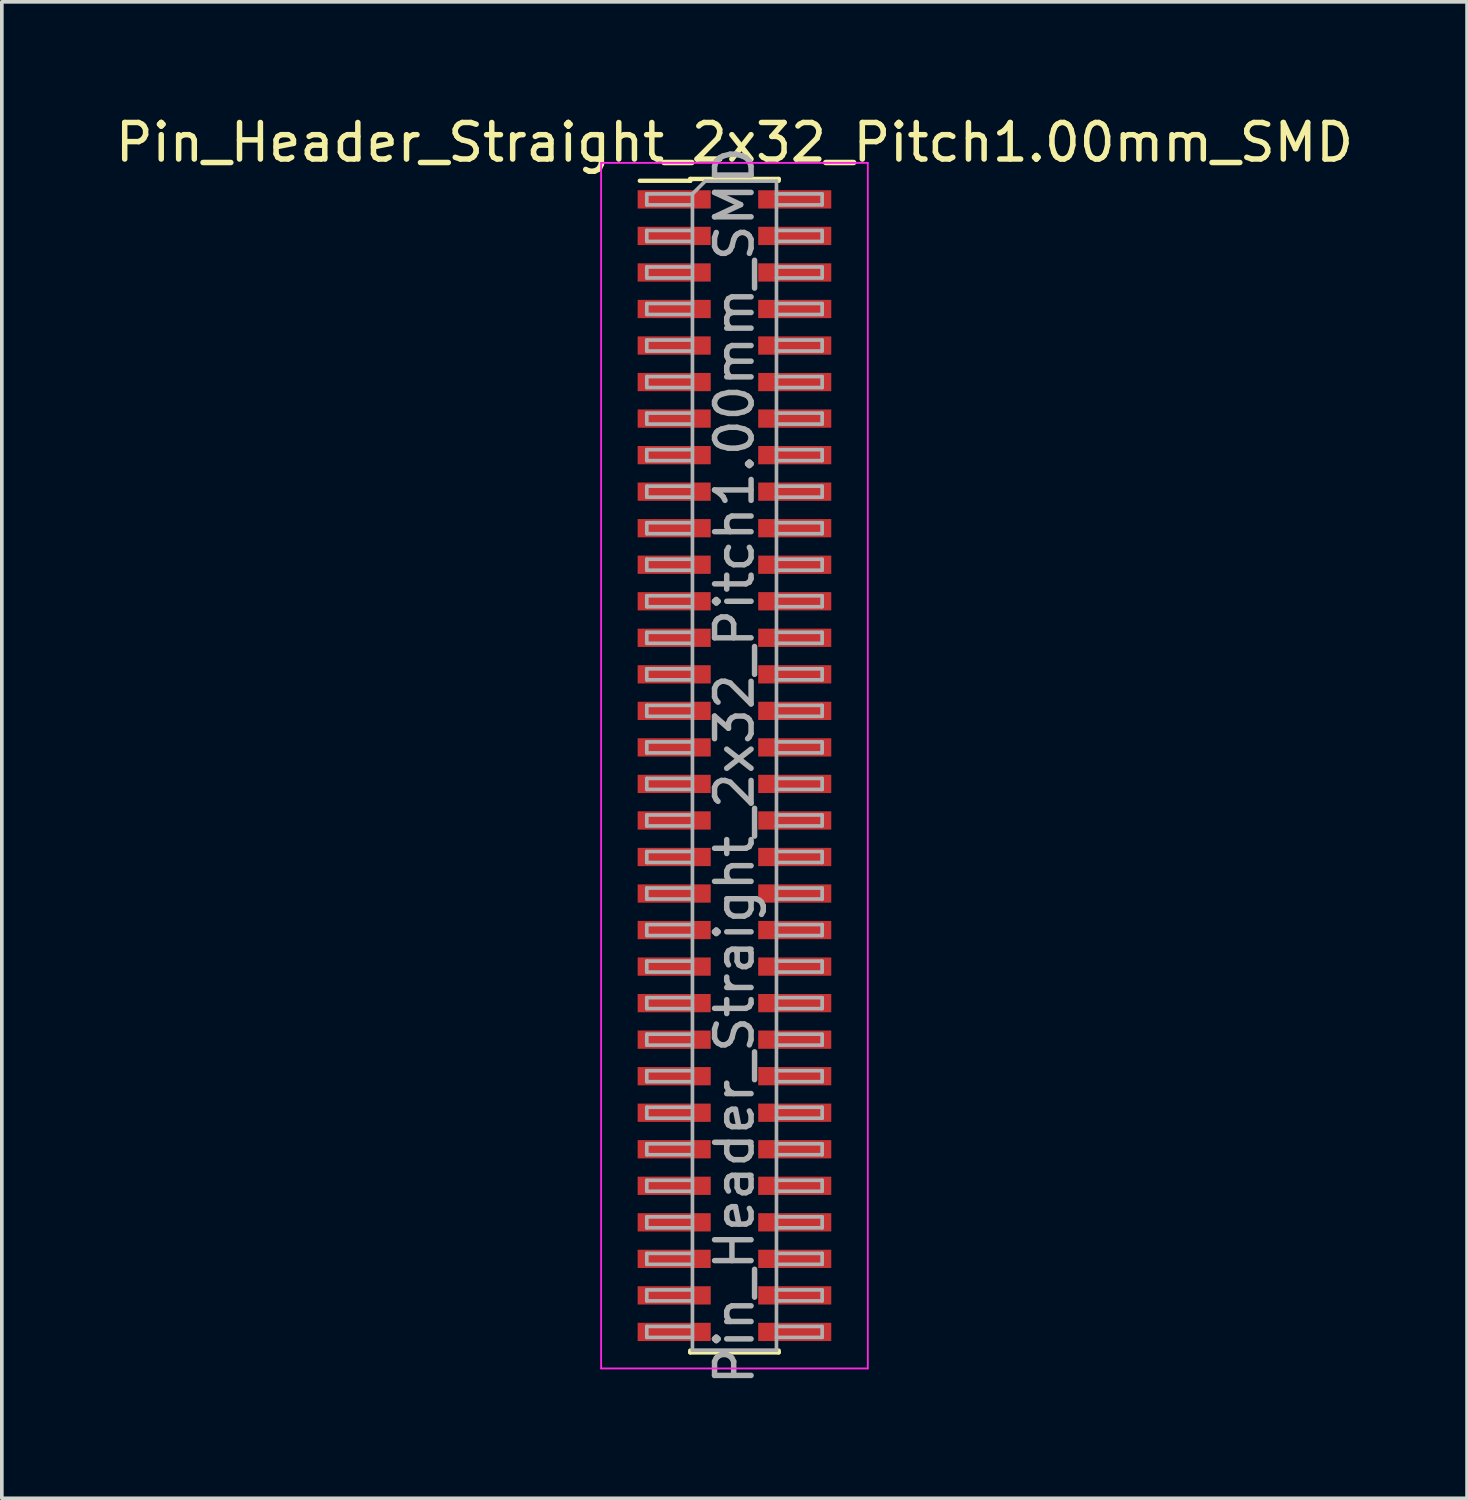
<source format=kicad_pcb>
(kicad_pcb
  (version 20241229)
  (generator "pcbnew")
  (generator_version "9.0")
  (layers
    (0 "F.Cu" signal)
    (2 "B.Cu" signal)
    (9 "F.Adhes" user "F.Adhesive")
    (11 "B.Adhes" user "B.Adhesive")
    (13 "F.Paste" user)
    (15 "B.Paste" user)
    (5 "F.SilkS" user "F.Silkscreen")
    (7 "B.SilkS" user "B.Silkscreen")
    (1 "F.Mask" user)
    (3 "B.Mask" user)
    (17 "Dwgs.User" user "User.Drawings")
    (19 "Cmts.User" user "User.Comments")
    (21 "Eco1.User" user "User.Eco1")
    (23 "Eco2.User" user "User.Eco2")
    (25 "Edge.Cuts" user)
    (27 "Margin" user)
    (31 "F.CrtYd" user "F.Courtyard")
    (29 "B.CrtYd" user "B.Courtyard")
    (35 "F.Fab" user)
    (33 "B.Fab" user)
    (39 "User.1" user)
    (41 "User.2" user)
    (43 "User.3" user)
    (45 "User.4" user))
  (footprint "Pin_Header_Straight_2x32_Pitch1.00mm_SMD"
    (layer "F.Cu")
    (at 17.054 17.908)
    (property "Reference" "Pin_Header_Straight_2x32_Pitch1.00mm_SMD" (at 0 -17.06 0) (layer "F.SilkS") (effects (font (size 1 1) (thickness 0.15))))
    (attr smd)
    (fp_line (start -2.59 -16.01) (end -1.21 -16.01) (stroke (width 0.12) (type solid)) (layer "F.SilkS"))
    (fp_line (start -1.21 -16.06) (end -1.21 -16.01) (stroke (width 0.12) (type solid)) (layer "F.SilkS"))
    (fp_line (start -1.21 -16.06) (end 1.21 -16.06) (stroke (width 0.12) (type solid)) (layer "F.SilkS"))
    (fp_line (start -1.21 16.01) (end -1.21 16.06) (stroke (width 0.12) (type solid)) (layer "F.SilkS"))
    (fp_line (start -1.21 16.06) (end 1.21 16.06) (stroke (width 0.12) (type solid)) (layer "F.SilkS"))
    (fp_line (start 1.21 -16.06) (end 1.21 -16.01) (stroke (width 0.12) (type solid)) (layer "F.SilkS"))
    (fp_line (start 1.21 16.01) (end 1.21 16.06) (stroke (width 0.12) (type solid)) (layer "F.SilkS"))
    (fp_line (start -3.65 -16.5) (end -3.65 16.5) (stroke (width 0.05) (type solid)) (layer "F.CrtYd"))
    (fp_line (start -3.65 16.5) (end 3.65 16.5) (stroke (width 0.05) (type solid)) (layer "F.CrtYd"))
    (fp_line (start 3.65 -16.5) (end -3.65 -16.5) (stroke (width 0.05) (type solid)) (layer "F.CrtYd"))
    (fp_line (start 3.65 16.5) (end 3.65 -16.5) (stroke (width 0.05) (type solid)) (layer "F.CrtYd"))
    (fp_line (start -2.4 -15.65) (end -2.4 -15.35) (stroke (width 0.1) (type solid)) (layer "F.Fab"))
    (fp_line (start -2.4 -15.35) (end -1.15 -15.35) (stroke (width 0.1) (type solid)) (layer "F.Fab"))
    (fp_line (start -2.4 -14.65) (end -2.4 -14.35) (stroke (width 0.1) (type solid)) (layer "F.Fab"))
    (fp_line (start -2.4 -14.35) (end -1.15 -14.35) (stroke (width 0.1) (type solid)) (layer "F.Fab"))
    (fp_line (start -2.4 -13.65) (end -2.4 -13.35) (stroke (width 0.1) (type solid)) (layer "F.Fab"))
    (fp_line (start -2.4 -13.35) (end -1.15 -13.35) (stroke (width 0.1) (type solid)) (layer "F.Fab"))
    (fp_line (start -2.4 -12.65) (end -2.4 -12.35) (stroke (width 0.1) (type solid)) (layer "F.Fab"))
    (fp_line (start -2.4 -12.35) (end -1.15 -12.35) (stroke (width 0.1) (type solid)) (layer "F.Fab"))
    (fp_line (start -2.4 -11.65) (end -2.4 -11.35) (stroke (width 0.1) (type solid)) (layer "F.Fab"))
    (fp_line (start -2.4 -11.35) (end -1.15 -11.35) (stroke (width 0.1) (type solid)) (layer "F.Fab"))
    (fp_line (start -2.4 -10.65) (end -2.4 -10.35) (stroke (width 0.1) (type solid)) (layer "F.Fab"))
    (fp_line (start -2.4 -10.35) (end -1.15 -10.35) (stroke (width 0.1) (type solid)) (layer "F.Fab"))
    (fp_line (start -2.4 -9.65) (end -2.4 -9.35) (stroke (width 0.1) (type solid)) (layer "F.Fab"))
    (fp_line (start -2.4 -9.35) (end -1.15 -9.35) (stroke (width 0.1) (type solid)) (layer "F.Fab"))
    (fp_line (start -2.4 -8.65) (end -2.4 -8.35) (stroke (width 0.1) (type solid)) (layer "F.Fab"))
    (fp_line (start -2.4 -8.35) (end -1.15 -8.35) (stroke (width 0.1) (type solid)) (layer "F.Fab"))
    (fp_line (start -2.4 -7.65) (end -2.4 -7.35) (stroke (width 0.1) (type solid)) (layer "F.Fab"))
    (fp_line (start -2.4 -7.35) (end -1.15 -7.35) (stroke (width 0.1) (type solid)) (layer "F.Fab"))
    (fp_line (start -2.4 -6.65) (end -2.4 -6.35) (stroke (width 0.1) (type solid)) (layer "F.Fab"))
    (fp_line (start -2.4 -6.35) (end -1.15 -6.35) (stroke (width 0.1) (type solid)) (layer "F.Fab"))
    (fp_line (start -2.4 -5.65) (end -2.4 -5.35) (stroke (width 0.1) (type solid)) (layer "F.Fab"))
    (fp_line (start -2.4 -5.35) (end -1.15 -5.35) (stroke (width 0.1) (type solid)) (layer "F.Fab"))
    (fp_line (start -2.4 -4.65) (end -2.4 -4.35) (stroke (width 0.1) (type solid)) (layer "F.Fab"))
    (fp_line (start -2.4 -4.35) (end -1.15 -4.35) (stroke (width 0.1) (type solid)) (layer "F.Fab"))
    (fp_line (start -2.4 -3.65) (end -2.4 -3.35) (stroke (width 0.1) (type solid)) (layer "F.Fab"))
    (fp_line (start -2.4 -3.35) (end -1.15 -3.35) (stroke (width 0.1) (type solid)) (layer "F.Fab"))
    (fp_line (start -2.4 -2.65) (end -2.4 -2.35) (stroke (width 0.1) (type solid)) (layer "F.Fab"))
    (fp_line (start -2.4 -2.35) (end -1.15 -2.35) (stroke (width 0.1) (type solid)) (layer "F.Fab"))
    (fp_line (start -2.4 -1.65) (end -2.4 -1.35) (stroke (width 0.1) (type solid)) (layer "F.Fab"))
    (fp_line (start -2.4 -1.35) (end -1.15 -1.35) (stroke (width 0.1) (type solid)) (layer "F.Fab"))
    (fp_line (start -2.4 -0.65) (end -2.4 -0.35) (stroke (width 0.1) (type solid)) (layer "F.Fab"))
    (fp_line (start -2.4 -0.35) (end -1.15 -0.35) (stroke (width 0.1) (type solid)) (layer "F.Fab"))
    (fp_line (start -2.4 0.35) (end -2.4 0.65) (stroke (width 0.1) (type solid)) (layer "F.Fab"))
    (fp_line (start -2.4 0.65) (end -1.15 0.65) (stroke (width 0.1) (type solid)) (layer "F.Fab"))
    (fp_line (start -2.4 1.35) (end -2.4 1.65) (stroke (width 0.1) (type solid)) (layer "F.Fab"))
    (fp_line (start -2.4 1.65) (end -1.15 1.65) (stroke (width 0.1) (type solid)) (layer "F.Fab"))
    (fp_line (start -2.4 2.35) (end -2.4 2.65) (stroke (width 0.1) (type solid)) (layer "F.Fab"))
    (fp_line (start -2.4 2.65) (end -1.15 2.65) (stroke (width 0.1) (type solid)) (layer "F.Fab"))
    (fp_line (start -2.4 3.35) (end -2.4 3.65) (stroke (width 0.1) (type solid)) (layer "F.Fab"))
    (fp_line (start -2.4 3.65) (end -1.15 3.65) (stroke (width 0.1) (type solid)) (layer "F.Fab"))
    (fp_line (start -2.4 4.35) (end -2.4 4.65) (stroke (width 0.1) (type solid)) (layer "F.Fab"))
    (fp_line (start -2.4 4.65) (end -1.15 4.65) (stroke (width 0.1) (type solid)) (layer "F.Fab"))
    (fp_line (start -2.4 5.35) (end -2.4 5.65) (stroke (width 0.1) (type solid)) (layer "F.Fab"))
    (fp_line (start -2.4 5.65) (end -1.15 5.65) (stroke (width 0.1) (type solid)) (layer "F.Fab"))
    (fp_line (start -2.4 6.35) (end -2.4 6.65) (stroke (width 0.1) (type solid)) (layer "F.Fab"))
    (fp_line (start -2.4 6.65) (end -1.15 6.65) (stroke (width 0.1) (type solid)) (layer "F.Fab"))
    (fp_line (start -2.4 7.35) (end -2.4 7.65) (stroke (width 0.1) (type solid)) (layer "F.Fab"))
    (fp_line (start -2.4 7.65) (end -1.15 7.65) (stroke (width 0.1) (type solid)) (layer "F.Fab"))
    (fp_line (start -2.4 8.35) (end -2.4 8.65) (stroke (width 0.1) (type solid)) (layer "F.Fab"))
    (fp_line (start -2.4 8.65) (end -1.15 8.65) (stroke (width 0.1) (type solid)) (layer "F.Fab"))
    (fp_line (start -2.4 9.35) (end -2.4 9.65) (stroke (width 0.1) (type solid)) (layer "F.Fab"))
    (fp_line (start -2.4 9.65) (end -1.15 9.65) (stroke (width 0.1) (type solid)) (layer "F.Fab"))
    (fp_line (start -2.4 10.35) (end -2.4 10.65) (stroke (width 0.1) (type solid)) (layer "F.Fab"))
    (fp_line (start -2.4 10.65) (end -1.15 10.65) (stroke (width 0.1) (type solid)) (layer "F.Fab"))
    (fp_line (start -2.4 11.35) (end -2.4 11.65) (stroke (width 0.1) (type solid)) (layer "F.Fab"))
    (fp_line (start -2.4 11.65) (end -1.15 11.65) (stroke (width 0.1) (type solid)) (layer "F.Fab"))
    (fp_line (start -2.4 12.35) (end -2.4 12.65) (stroke (width 0.1) (type solid)) (layer "F.Fab"))
    (fp_line (start -2.4 12.65) (end -1.15 12.65) (stroke (width 0.1) (type solid)) (layer "F.Fab"))
    (fp_line (start -2.4 13.35) (end -2.4 13.65) (stroke (width 0.1) (type solid)) (layer "F.Fab"))
    (fp_line (start -2.4 13.65) (end -1.15 13.65) (stroke (width 0.1) (type solid)) (layer "F.Fab"))
    (fp_line (start -2.4 14.35) (end -2.4 14.65) (stroke (width 0.1) (type solid)) (layer "F.Fab"))
    (fp_line (start -2.4 14.65) (end -1.15 14.65) (stroke (width 0.1) (type solid)) (layer "F.Fab"))
    (fp_line (start -2.4 15.35) (end -2.4 15.65) (stroke (width 0.1) (type solid)) (layer "F.Fab"))
    (fp_line (start -2.4 15.65) (end -1.15 15.65) (stroke (width 0.1) (type solid)) (layer "F.Fab"))
    (fp_line (start -1.15 -15.65) (end -2.4 -15.65) (stroke (width 0.1) (type solid)) (layer "F.Fab"))
    (fp_line (start -1.15 -15.65) (end -0.8 -16) (stroke (width 0.1) (type solid)) (layer "F.Fab"))
    (fp_line (start -1.15 -14.65) (end -2.4 -14.65) (stroke (width 0.1) (type solid)) (layer "F.Fab"))
    (fp_line (start -1.15 -13.65) (end -2.4 -13.65) (stroke (width 0.1) (type solid)) (layer "F.Fab"))
    (fp_line (start -1.15 -12.65) (end -2.4 -12.65) (stroke (width 0.1) (type solid)) (layer "F.Fab"))
    (fp_line (start -1.15 -11.65) (end -2.4 -11.65) (stroke (width 0.1) (type solid)) (layer "F.Fab"))
    (fp_line (start -1.15 -10.65) (end -2.4 -10.65) (stroke (width 0.1) (type solid)) (layer "F.Fab"))
    (fp_line (start -1.15 -9.65) (end -2.4 -9.65) (stroke (width 0.1) (type solid)) (layer "F.Fab"))
    (fp_line (start -1.15 -8.65) (end -2.4 -8.65) (stroke (width 0.1) (type solid)) (layer "F.Fab"))
    (fp_line (start -1.15 -7.65) (end -2.4 -7.65) (stroke (width 0.1) (type solid)) (layer "F.Fab"))
    (fp_line (start -1.15 -6.65) (end -2.4 -6.65) (stroke (width 0.1) (type solid)) (layer "F.Fab"))
    (fp_line (start -1.15 -5.65) (end -2.4 -5.65) (stroke (width 0.1) (type solid)) (layer "F.Fab"))
    (fp_line (start -1.15 -4.65) (end -2.4 -4.65) (stroke (width 0.1) (type solid)) (layer "F.Fab"))
    (fp_line (start -1.15 -3.65) (end -2.4 -3.65) (stroke (width 0.1) (type solid)) (layer "F.Fab"))
    (fp_line (start -1.15 -2.65) (end -2.4 -2.65) (stroke (width 0.1) (type solid)) (layer "F.Fab"))
    (fp_line (start -1.15 -1.65) (end -2.4 -1.65) (stroke (width 0.1) (type solid)) (layer "F.Fab"))
    (fp_line (start -1.15 -0.65) (end -2.4 -0.65) (stroke (width 0.1) (type solid)) (layer "F.Fab"))
    (fp_line (start -1.15 0.35) (end -2.4 0.35) (stroke (width 0.1) (type solid)) (layer "F.Fab"))
    (fp_line (start -1.15 1.35) (end -2.4 1.35) (stroke (width 0.1) (type solid)) (layer "F.Fab"))
    (fp_line (start -1.15 2.35) (end -2.4 2.35) (stroke (width 0.1) (type solid)) (layer "F.Fab"))
    (fp_line (start -1.15 3.35) (end -2.4 3.35) (stroke (width 0.1) (type solid)) (layer "F.Fab"))
    (fp_line (start -1.15 4.35) (end -2.4 4.35) (stroke (width 0.1) (type solid)) (layer "F.Fab"))
    (fp_line (start -1.15 5.35) (end -2.4 5.35) (stroke (width 0.1) (type solid)) (layer "F.Fab"))
    (fp_line (start -1.15 6.35) (end -2.4 6.35) (stroke (width 0.1) (type solid)) (layer "F.Fab"))
    (fp_line (start -1.15 7.35) (end -2.4 7.35) (stroke (width 0.1) (type solid)) (layer "F.Fab"))
    (fp_line (start -1.15 8.35) (end -2.4 8.35) (stroke (width 0.1) (type solid)) (layer "F.Fab"))
    (fp_line (start -1.15 9.35) (end -2.4 9.35) (stroke (width 0.1) (type solid)) (layer "F.Fab"))
    (fp_line (start -1.15 10.35) (end -2.4 10.35) (stroke (width 0.1) (type solid)) (layer "F.Fab"))
    (fp_line (start -1.15 11.35) (end -2.4 11.35) (stroke (width 0.1) (type solid)) (layer "F.Fab"))
    (fp_line (start -1.15 12.35) (end -2.4 12.35) (stroke (width 0.1) (type solid)) (layer "F.Fab"))
    (fp_line (start -1.15 13.35) (end -2.4 13.35) (stroke (width 0.1) (type solid)) (layer "F.Fab"))
    (fp_line (start -1.15 14.35) (end -2.4 14.35) (stroke (width 0.1) (type solid)) (layer "F.Fab"))
    (fp_line (start -1.15 15.35) (end -2.4 15.35) (stroke (width 0.1) (type solid)) (layer "F.Fab"))
    (fp_line (start -1.15 16) (end -1.15 -15.65) (stroke (width 0.1) (type solid)) (layer "F.Fab"))
    (fp_line (start -0.8 -16) (end 1.15 -16) (stroke (width 0.1) (type solid)) (layer "F.Fab"))
    (fp_line (start 1.15 -16) (end 1.15 16) (stroke (width 0.1) (type solid)) (layer "F.Fab"))
    (fp_line (start 1.15 -15.65) (end 2.4 -15.65) (stroke (width 0.1) (type solid)) (layer "F.Fab"))
    (fp_line (start 1.15 -14.65) (end 2.4 -14.65) (stroke (width 0.1) (type solid)) (layer "F.Fab"))
    (fp_line (start 1.15 -13.65) (end 2.4 -13.65) (stroke (width 0.1) (type solid)) (layer "F.Fab"))
    (fp_line (start 1.15 -12.65) (end 2.4 -12.65) (stroke (width 0.1) (type solid)) (layer "F.Fab"))
    (fp_line (start 1.15 -11.65) (end 2.4 -11.65) (stroke (width 0.1) (type solid)) (layer "F.Fab"))
    (fp_line (start 1.15 -10.65) (end 2.4 -10.65) (stroke (width 0.1) (type solid)) (layer "F.Fab"))
    (fp_line (start 1.15 -9.65) (end 2.4 -9.65) (stroke (width 0.1) (type solid)) (layer "F.Fab"))
    (fp_line (start 1.15 -8.65) (end 2.4 -8.65) (stroke (width 0.1) (type solid)) (layer "F.Fab"))
    (fp_line (start 1.15 -7.65) (end 2.4 -7.65) (stroke (width 0.1) (type solid)) (layer "F.Fab"))
    (fp_line (start 1.15 -6.65) (end 2.4 -6.65) (stroke (width 0.1) (type solid)) (layer "F.Fab"))
    (fp_line (start 1.15 -5.65) (end 2.4 -5.65) (stroke (width 0.1) (type solid)) (layer "F.Fab"))
    (fp_line (start 1.15 -4.65) (end 2.4 -4.65) (stroke (width 0.1) (type solid)) (layer "F.Fab"))
    (fp_line (start 1.15 -3.65) (end 2.4 -3.65) (stroke (width 0.1) (type solid)) (layer "F.Fab"))
    (fp_line (start 1.15 -2.65) (end 2.4 -2.65) (stroke (width 0.1) (type solid)) (layer "F.Fab"))
    (fp_line (start 1.15 -1.65) (end 2.4 -1.65) (stroke (width 0.1) (type solid)) (layer "F.Fab"))
    (fp_line (start 1.15 -0.65) (end 2.4 -0.65) (stroke (width 0.1) (type solid)) (layer "F.Fab"))
    (fp_line (start 1.15 0.35) (end 2.4 0.35) (stroke (width 0.1) (type solid)) (layer "F.Fab"))
    (fp_line (start 1.15 1.35) (end 2.4 1.35) (stroke (width 0.1) (type solid)) (layer "F.Fab"))
    (fp_line (start 1.15 2.35) (end 2.4 2.35) (stroke (width 0.1) (type solid)) (layer "F.Fab"))
    (fp_line (start 1.15 3.35) (end 2.4 3.35) (stroke (width 0.1) (type solid)) (layer "F.Fab"))
    (fp_line (start 1.15 4.35) (end 2.4 4.35) (stroke (width 0.1) (type solid)) (layer "F.Fab"))
    (fp_line (start 1.15 5.35) (end 2.4 5.35) (stroke (width 0.1) (type solid)) (layer "F.Fab"))
    (fp_line (start 1.15 6.35) (end 2.4 6.35) (stroke (width 0.1) (type solid)) (layer "F.Fab"))
    (fp_line (start 1.15 7.35) (end 2.4 7.35) (stroke (width 0.1) (type solid)) (layer "F.Fab"))
    (fp_line (start 1.15 8.35) (end 2.4 8.35) (stroke (width 0.1) (type solid)) (layer "F.Fab"))
    (fp_line (start 1.15 9.35) (end 2.4 9.35) (stroke (width 0.1) (type solid)) (layer "F.Fab"))
    (fp_line (start 1.15 10.35) (end 2.4 10.35) (stroke (width 0.1) (type solid)) (layer "F.Fab"))
    (fp_line (start 1.15 11.35) (end 2.4 11.35) (stroke (width 0.1) (type solid)) (layer "F.Fab"))
    (fp_line (start 1.15 12.35) (end 2.4 12.35) (stroke (width 0.1) (type solid)) (layer "F.Fab"))
    (fp_line (start 1.15 13.35) (end 2.4 13.35) (stroke (width 0.1) (type solid)) (layer "F.Fab"))
    (fp_line (start 1.15 14.35) (end 2.4 14.35) (stroke (width 0.1) (type solid)) (layer "F.Fab"))
    (fp_line (start 1.15 15.35) (end 2.4 15.35) (stroke (width 0.1) (type solid)) (layer "F.Fab"))
    (fp_line (start 1.15 16) (end -1.15 16) (stroke (width 0.1) (type solid)) (layer "F.Fab"))
    (fp_line (start 2.4 -15.65) (end 2.4 -15.35) (stroke (width 0.1) (type solid)) (layer "F.Fab"))
    (fp_line (start 2.4 -15.35) (end 1.15 -15.35) (stroke (width 0.1) (type solid)) (layer "F.Fab"))
    (fp_line (start 2.4 -14.65) (end 2.4 -14.35) (stroke (width 0.1) (type solid)) (layer "F.Fab"))
    (fp_line (start 2.4 -14.35) (end 1.15 -14.35) (stroke (width 0.1) (type solid)) (layer "F.Fab"))
    (fp_line (start 2.4 -13.65) (end 2.4 -13.35) (stroke (width 0.1) (type solid)) (layer "F.Fab"))
    (fp_line (start 2.4 -13.35) (end 1.15 -13.35) (stroke (width 0.1) (type solid)) (layer "F.Fab"))
    (fp_line (start 2.4 -12.65) (end 2.4 -12.35) (stroke (width 0.1) (type solid)) (layer "F.Fab"))
    (fp_line (start 2.4 -12.35) (end 1.15 -12.35) (stroke (width 0.1) (type solid)) (layer "F.Fab"))
    (fp_line (start 2.4 -11.65) (end 2.4 -11.35) (stroke (width 0.1) (type solid)) (layer "F.Fab"))
    (fp_line (start 2.4 -11.35) (end 1.15 -11.35) (stroke (width 0.1) (type solid)) (layer "F.Fab"))
    (fp_line (start 2.4 -10.65) (end 2.4 -10.35) (stroke (width 0.1) (type solid)) (layer "F.Fab"))
    (fp_line (start 2.4 -10.35) (end 1.15 -10.35) (stroke (width 0.1) (type solid)) (layer "F.Fab"))
    (fp_line (start 2.4 -9.65) (end 2.4 -9.35) (stroke (width 0.1) (type solid)) (layer "F.Fab"))
    (fp_line (start 2.4 -9.35) (end 1.15 -9.35) (stroke (width 0.1) (type solid)) (layer "F.Fab"))
    (fp_line (start 2.4 -8.65) (end 2.4 -8.35) (stroke (width 0.1) (type solid)) (layer "F.Fab"))
    (fp_line (start 2.4 -8.35) (end 1.15 -8.35) (stroke (width 0.1) (type solid)) (layer "F.Fab"))
    (fp_line (start 2.4 -7.65) (end 2.4 -7.35) (stroke (width 0.1) (type solid)) (layer "F.Fab"))
    (fp_line (start 2.4 -7.35) (end 1.15 -7.35) (stroke (width 0.1) (type solid)) (layer "F.Fab"))
    (fp_line (start 2.4 -6.65) (end 2.4 -6.35) (stroke (width 0.1) (type solid)) (layer "F.Fab"))
    (fp_line (start 2.4 -6.35) (end 1.15 -6.35) (stroke (width 0.1) (type solid)) (layer "F.Fab"))
    (fp_line (start 2.4 -5.65) (end 2.4 -5.35) (stroke (width 0.1) (type solid)) (layer "F.Fab"))
    (fp_line (start 2.4 -5.35) (end 1.15 -5.35) (stroke (width 0.1) (type solid)) (layer "F.Fab"))
    (fp_line (start 2.4 -4.65) (end 2.4 -4.35) (stroke (width 0.1) (type solid)) (layer "F.Fab"))
    (fp_line (start 2.4 -4.35) (end 1.15 -4.35) (stroke (width 0.1) (type solid)) (layer "F.Fab"))
    (fp_line (start 2.4 -3.65) (end 2.4 -3.35) (stroke (width 0.1) (type solid)) (layer "F.Fab"))
    (fp_line (start 2.4 -3.35) (end 1.15 -3.35) (stroke (width 0.1) (type solid)) (layer "F.Fab"))
    (fp_line (start 2.4 -2.65) (end 2.4 -2.35) (stroke (width 0.1) (type solid)) (layer "F.Fab"))
    (fp_line (start 2.4 -2.35) (end 1.15 -2.35) (stroke (width 0.1) (type solid)) (layer "F.Fab"))
    (fp_line (start 2.4 -1.65) (end 2.4 -1.35) (stroke (width 0.1) (type solid)) (layer "F.Fab"))
    (fp_line (start 2.4 -1.35) (end 1.15 -1.35) (stroke (width 0.1) (type solid)) (layer "F.Fab"))
    (fp_line (start 2.4 -0.65) (end 2.4 -0.35) (stroke (width 0.1) (type solid)) (layer "F.Fab"))
    (fp_line (start 2.4 -0.35) (end 1.15 -0.35) (stroke (width 0.1) (type solid)) (layer "F.Fab"))
    (fp_line (start 2.4 0.35) (end 2.4 0.65) (stroke (width 0.1) (type solid)) (layer "F.Fab"))
    (fp_line (start 2.4 0.65) (end 1.15 0.65) (stroke (width 0.1) (type solid)) (layer "F.Fab"))
    (fp_line (start 2.4 1.35) (end 2.4 1.65) (stroke (width 0.1) (type solid)) (layer "F.Fab"))
    (fp_line (start 2.4 1.65) (end 1.15 1.65) (stroke (width 0.1) (type solid)) (layer "F.Fab"))
    (fp_line (start 2.4 2.35) (end 2.4 2.65) (stroke (width 0.1) (type solid)) (layer "F.Fab"))
    (fp_line (start 2.4 2.65) (end 1.15 2.65) (stroke (width 0.1) (type solid)) (layer "F.Fab"))
    (fp_line (start 2.4 3.35) (end 2.4 3.65) (stroke (width 0.1) (type solid)) (layer "F.Fab"))
    (fp_line (start 2.4 3.65) (end 1.15 3.65) (stroke (width 0.1) (type solid)) (layer "F.Fab"))
    (fp_line (start 2.4 4.35) (end 2.4 4.65) (stroke (width 0.1) (type solid)) (layer "F.Fab"))
    (fp_line (start 2.4 4.65) (end 1.15 4.65) (stroke (width 0.1) (type solid)) (layer "F.Fab"))
    (fp_line (start 2.4 5.35) (end 2.4 5.65) (stroke (width 0.1) (type solid)) (layer "F.Fab"))
    (fp_line (start 2.4 5.65) (end 1.15 5.65) (stroke (width 0.1) (type solid)) (layer "F.Fab"))
    (fp_line (start 2.4 6.35) (end 2.4 6.65) (stroke (width 0.1) (type solid)) (layer "F.Fab"))
    (fp_line (start 2.4 6.65) (end 1.15 6.65) (stroke (width 0.1) (type solid)) (layer "F.Fab"))
    (fp_line (start 2.4 7.35) (end 2.4 7.65) (stroke (width 0.1) (type solid)) (layer "F.Fab"))
    (fp_line (start 2.4 7.65) (end 1.15 7.65) (stroke (width 0.1) (type solid)) (layer "F.Fab"))
    (fp_line (start 2.4 8.35) (end 2.4 8.65) (stroke (width 0.1) (type solid)) (layer "F.Fab"))
    (fp_line (start 2.4 8.65) (end 1.15 8.65) (stroke (width 0.1) (type solid)) (layer "F.Fab"))
    (fp_line (start 2.4 9.35) (end 2.4 9.65) (stroke (width 0.1) (type solid)) (layer "F.Fab"))
    (fp_line (start 2.4 9.65) (end 1.15 9.65) (stroke (width 0.1) (type solid)) (layer "F.Fab"))
    (fp_line (start 2.4 10.35) (end 2.4 10.65) (stroke (width 0.1) (type solid)) (layer "F.Fab"))
    (fp_line (start 2.4 10.65) (end 1.15 10.65) (stroke (width 0.1) (type solid)) (layer "F.Fab"))
    (fp_line (start 2.4 11.35) (end 2.4 11.65) (stroke (width 0.1) (type solid)) (layer "F.Fab"))
    (fp_line (start 2.4 11.65) (end 1.15 11.65) (stroke (width 0.1) (type solid)) (layer "F.Fab"))
    (fp_line (start 2.4 12.35) (end 2.4 12.65) (stroke (width 0.1) (type solid)) (layer "F.Fab"))
    (fp_line (start 2.4 12.65) (end 1.15 12.65) (stroke (width 0.1) (type solid)) (layer "F.Fab"))
    (fp_line (start 2.4 13.35) (end 2.4 13.65) (stroke (width 0.1) (type solid)) (layer "F.Fab"))
    (fp_line (start 2.4 13.65) (end 1.15 13.65) (stroke (width 0.1) (type solid)) (layer "F.Fab"))
    (fp_line (start 2.4 14.35) (end 2.4 14.65) (stroke (width 0.1) (type solid)) (layer "F.Fab"))
    (fp_line (start 2.4 14.65) (end 1.15 14.65) (stroke (width 0.1) (type solid)) (layer "F.Fab"))
    (fp_line (start 2.4 15.35) (end 2.4 15.65) (stroke (width 0.1) (type solid)) (layer "F.Fab"))
    (fp_line (start 2.4 15.65) (end 1.15 15.65) (stroke (width 0.1) (type solid)) (layer "F.Fab"))
    (fp_text user "${REFERENCE}" (at 0 0 90) (layer "F.Fab") (effects (font (size 1 1) (thickness 0.15))))
    (pad "1" smd rect (at -1.65 -15.5) (size 2 0.5) (layers "F.Cu" "F.Mask" "F.Paste"))
    (pad "2" smd rect (at 1.65 -15.5) (size 2 0.5) (layers "F.Cu" "F.Mask" "F.Paste"))
    (pad "3" smd rect (at -1.65 -14.5) (size 2 0.5) (layers "F.Cu" "F.Mask" "F.Paste"))
    (pad "4" smd rect (at 1.65 -14.5) (size 2 0.5) (layers "F.Cu" "F.Mask" "F.Paste"))
    (pad "5" smd rect (at -1.65 -13.5) (size 2 0.5) (layers "F.Cu" "F.Mask" "F.Paste"))
    (pad "6" smd rect (at 1.65 -13.5) (size 2 0.5) (layers "F.Cu" "F.Mask" "F.Paste"))
    (pad "7" smd rect (at -1.65 -12.5) (size 2 0.5) (layers "F.Cu" "F.Mask" "F.Paste"))
    (pad "8" smd rect (at 1.65 -12.5) (size 2 0.5) (layers "F.Cu" "F.Mask" "F.Paste"))
    (pad "9" smd rect (at -1.65 -11.5) (size 2 0.5) (layers "F.Cu" "F.Mask" "F.Paste"))
    (pad "10" smd rect (at 1.65 -11.5) (size 2 0.5) (layers "F.Cu" "F.Mask" "F.Paste"))
    (pad "11" smd rect (at -1.65 -10.5) (size 2 0.5) (layers "F.Cu" "F.Mask" "F.Paste"))
    (pad "12" smd rect (at 1.65 -10.5) (size 2 0.5) (layers "F.Cu" "F.Mask" "F.Paste"))
    (pad "13" smd rect (at -1.65 -9.5) (size 2 0.5) (layers "F.Cu" "F.Mask" "F.Paste"))
    (pad "14" smd rect (at 1.65 -9.5) (size 2 0.5) (layers "F.Cu" "F.Mask" "F.Paste"))
    (pad "15" smd rect (at -1.65 -8.5) (size 2 0.5) (layers "F.Cu" "F.Mask" "F.Paste"))
    (pad "16" smd rect (at 1.65 -8.5) (size 2 0.5) (layers "F.Cu" "F.Mask" "F.Paste"))
    (pad "17" smd rect (at -1.65 -7.5) (size 2 0.5) (layers "F.Cu" "F.Mask" "F.Paste"))
    (pad "18" smd rect (at 1.65 -7.5) (size 2 0.5) (layers "F.Cu" "F.Mask" "F.Paste"))
    (pad "19" smd rect (at -1.65 -6.5) (size 2 0.5) (layers "F.Cu" "F.Mask" "F.Paste"))
    (pad "20" smd rect (at 1.65 -6.5) (size 2 0.5) (layers "F.Cu" "F.Mask" "F.Paste"))
    (pad "21" smd rect (at -1.65 -5.5) (size 2 0.5) (layers "F.Cu" "F.Mask" "F.Paste"))
    (pad "22" smd rect (at 1.65 -5.5) (size 2 0.5) (layers "F.Cu" "F.Mask" "F.Paste"))
    (pad "23" smd rect (at -1.65 -4.5) (size 2 0.5) (layers "F.Cu" "F.Mask" "F.Paste"))
    (pad "24" smd rect (at 1.65 -4.5) (size 2 0.5) (layers "F.Cu" "F.Mask" "F.Paste"))
    (pad "25" smd rect (at -1.65 -3.5) (size 2 0.5) (layers "F.Cu" "F.Mask" "F.Paste"))
    (pad "26" smd rect (at 1.65 -3.5) (size 2 0.5) (layers "F.Cu" "F.Mask" "F.Paste"))
    (pad "27" smd rect (at -1.65 -2.5) (size 2 0.5) (layers "F.Cu" "F.Mask" "F.Paste"))
    (pad "28" smd rect (at 1.65 -2.5) (size 2 0.5) (layers "F.Cu" "F.Mask" "F.Paste"))
    (pad "29" smd rect (at -1.65 -1.5) (size 2 0.5) (layers "F.Cu" "F.Mask" "F.Paste"))
    (pad "30" smd rect (at 1.65 -1.5) (size 2 0.5) (layers "F.Cu" "F.Mask" "F.Paste"))
    (pad "31" smd rect (at -1.65 -0.5) (size 2 0.5) (layers "F.Cu" "F.Mask" "F.Paste"))
    (pad "32" smd rect (at 1.65 -0.5) (size 2 0.5) (layers "F.Cu" "F.Mask" "F.Paste"))
    (pad "33" smd rect (at -1.65 0.5) (size 2 0.5) (layers "F.Cu" "F.Mask" "F.Paste"))
    (pad "34" smd rect (at 1.65 0.5) (size 2 0.5) (layers "F.Cu" "F.Mask" "F.Paste"))
    (pad "35" smd rect (at -1.65 1.5) (size 2 0.5) (layers "F.Cu" "F.Mask" "F.Paste"))
    (pad "36" smd rect (at 1.65 1.5) (size 2 0.5) (layers "F.Cu" "F.Mask" "F.Paste"))
    (pad "37" smd rect (at -1.65 2.5) (size 2 0.5) (layers "F.Cu" "F.Mask" "F.Paste"))
    (pad "38" smd rect (at 1.65 2.5) (size 2 0.5) (layers "F.Cu" "F.Mask" "F.Paste"))
    (pad "39" smd rect (at -1.65 3.5) (size 2 0.5) (layers "F.Cu" "F.Mask" "F.Paste"))
    (pad "40" smd rect (at 1.65 3.5) (size 2 0.5) (layers "F.Cu" "F.Mask" "F.Paste"))
    (pad "41" smd rect (at -1.65 4.5) (size 2 0.5) (layers "F.Cu" "F.Mask" "F.Paste"))
    (pad "42" smd rect (at 1.65 4.5) (size 2 0.5) (layers "F.Cu" "F.Mask" "F.Paste"))
    (pad "43" smd rect (at -1.65 5.5) (size 2 0.5) (layers "F.Cu" "F.Mask" "F.Paste"))
    (pad "44" smd rect (at 1.65 5.5) (size 2 0.5) (layers "F.Cu" "F.Mask" "F.Paste"))
    (pad "45" smd rect (at -1.65 6.5) (size 2 0.5) (layers "F.Cu" "F.Mask" "F.Paste"))
    (pad "46" smd rect (at 1.65 6.5) (size 2 0.5) (layers "F.Cu" "F.Mask" "F.Paste"))
    (pad "47" smd rect (at -1.65 7.5) (size 2 0.5) (layers "F.Cu" "F.Mask" "F.Paste"))
    (pad "48" smd rect (at 1.65 7.5) (size 2 0.5) (layers "F.Cu" "F.Mask" "F.Paste"))
    (pad "49" smd rect (at -1.65 8.5) (size 2 0.5) (layers "F.Cu" "F.Mask" "F.Paste"))
    (pad "50" smd rect (at 1.65 8.5) (size 2 0.5) (layers "F.Cu" "F.Mask" "F.Paste"))
    (pad "51" smd rect (at -1.65 9.5) (size 2 0.5) (layers "F.Cu" "F.Mask" "F.Paste"))
    (pad "52" smd rect (at 1.65 9.5) (size 2 0.5) (layers "F.Cu" "F.Mask" "F.Paste"))
    (pad "53" smd rect (at -1.65 10.5) (size 2 0.5) (layers "F.Cu" "F.Mask" "F.Paste"))
    (pad "54" smd rect (at 1.65 10.5) (size 2 0.5) (layers "F.Cu" "F.Mask" "F.Paste"))
    (pad "55" smd rect (at -1.65 11.5) (size 2 0.5) (layers "F.Cu" "F.Mask" "F.Paste"))
    (pad "56" smd rect (at 1.65 11.5) (size 2 0.5) (layers "F.Cu" "F.Mask" "F.Paste"))
    (pad "57" smd rect (at -1.65 12.5) (size 2 0.5) (layers "F.Cu" "F.Mask" "F.Paste"))
    (pad "58" smd rect (at 1.65 12.5) (size 2 0.5) (layers "F.Cu" "F.Mask" "F.Paste"))
    (pad "59" smd rect (at -1.65 13.5) (size 2 0.5) (layers "F.Cu" "F.Mask" "F.Paste"))
    (pad "60" smd rect (at 1.65 13.5) (size 2 0.5) (layers "F.Cu" "F.Mask" "F.Paste"))
    (pad "61" smd rect (at -1.65 14.5) (size 2 0.5) (layers "F.Cu" "F.Mask" "F.Paste"))
    (pad "62" smd rect (at 1.65 14.5) (size 2 0.5) (layers "F.Cu" "F.Mask" "F.Paste"))
    (pad "63" smd rect (at -1.65 15.5) (size 2 0.5) (layers "F.Cu" "F.Mask" "F.Paste"))
    (pad "64" smd rect (at 1.65 15.5) (size 2 0.5) (layers "F.Cu" "F.Mask" "F.Paste")))
  (gr_rect
    (start -3 -3)
    (end 37.107 37.962)
    (stroke (width 0.1) (type default))
    (fill no)
    (layer "Edge.Cuts")))
</source>
